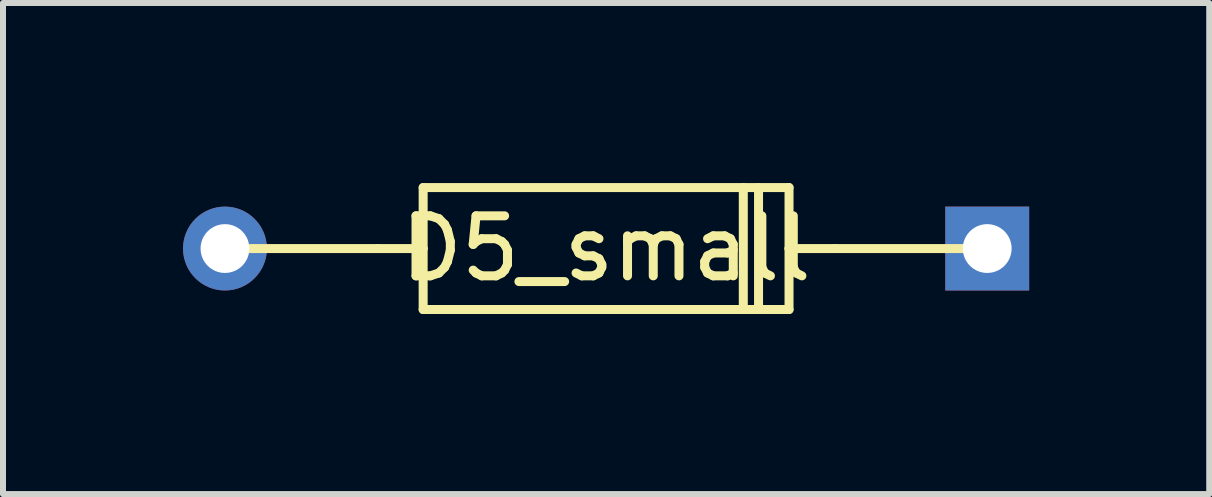
<source format=kicad_pcb>
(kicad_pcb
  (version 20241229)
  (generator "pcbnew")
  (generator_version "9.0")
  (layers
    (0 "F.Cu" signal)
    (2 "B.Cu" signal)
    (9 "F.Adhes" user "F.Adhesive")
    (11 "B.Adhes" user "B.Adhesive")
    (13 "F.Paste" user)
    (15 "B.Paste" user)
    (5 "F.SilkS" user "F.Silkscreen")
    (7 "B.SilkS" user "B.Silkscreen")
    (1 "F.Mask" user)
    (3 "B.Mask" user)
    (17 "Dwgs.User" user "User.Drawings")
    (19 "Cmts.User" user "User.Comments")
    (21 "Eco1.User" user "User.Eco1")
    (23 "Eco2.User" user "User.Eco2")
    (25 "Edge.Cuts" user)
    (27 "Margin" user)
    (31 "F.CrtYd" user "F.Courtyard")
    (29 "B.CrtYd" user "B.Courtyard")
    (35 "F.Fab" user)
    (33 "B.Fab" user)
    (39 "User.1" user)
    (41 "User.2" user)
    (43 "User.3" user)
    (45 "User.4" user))
  (footprint "D5_small"
    (layer "F.Cu")
    (at 7.048 1.091)
    (property "Reference" "D5_small" (at 0 0 0) (layer "F.SilkS") (effects (font (size 1 1) (thickness 0.15))))
    (attr through_hole)
    (fp_line (start -6.35 0) (end -3.81 0) (stroke (width 0.15) (type solid)) (layer "F.SilkS"))
    (fp_line (start -3.048 -1.016) (end -3.048 0) (stroke (width 0.15) (type solid)) (layer "F.SilkS"))
    (fp_line (start -3.048 0) (end -3.81 0) (stroke (width 0.15) (type solid)) (layer "F.SilkS"))
    (fp_line (start -3.048 0) (end -3.048 1.016) (stroke (width 0.15) (type solid)) (layer "F.SilkS"))
    (fp_line (start -3.048 1.016) (end 3.048 1.016) (stroke (width 0.15) (type solid)) (layer "F.SilkS"))
    (fp_line (start 2.286 1.016) (end 2.286 -1.016) (stroke (width 0.15) (type solid)) (layer "F.SilkS"))
    (fp_line (start 2.54 -1.016) (end 2.54 1.016) (stroke (width 0.15) (type solid)) (layer "F.SilkS"))
    (fp_line (start 3.048 -1.016) (end -3.048 -1.016) (stroke (width 0.15) (type solid)) (layer "F.SilkS"))
    (fp_line (start 3.048 0) (end 3.048 -1.016) (stroke (width 0.15) (type solid)) (layer "F.SilkS"))
    (fp_line (start 3.048 1.016) (end 3.048 0) (stroke (width 0.15) (type solid)) (layer "F.SilkS"))
    (fp_line (start 3.81 0) (end 3.048 0) (stroke (width 0.15) (type solid)) (layer "F.SilkS"))
    (fp_line (start 3.81 0) (end 6.35 0) (stroke (width 0.15) (type solid)) (layer "F.SilkS"))
    (pad "1" thru_hole rect (at 6.35 0) (size 1.397 1.397) (drill 0.813) (layers "*.Cu" "*.Mask"))
    (pad "2" thru_hole circle (at -6.35 0) (size 1.397 1.397) (drill 0.813) (layers "*.Cu" "*.Mask")))
  (gr_rect
    (start -3 -3)
    (end 17.097 5.182)
    (stroke (width 0.1) (type default))
    (fill no)
    (layer "Edge.Cuts")))
</source>
